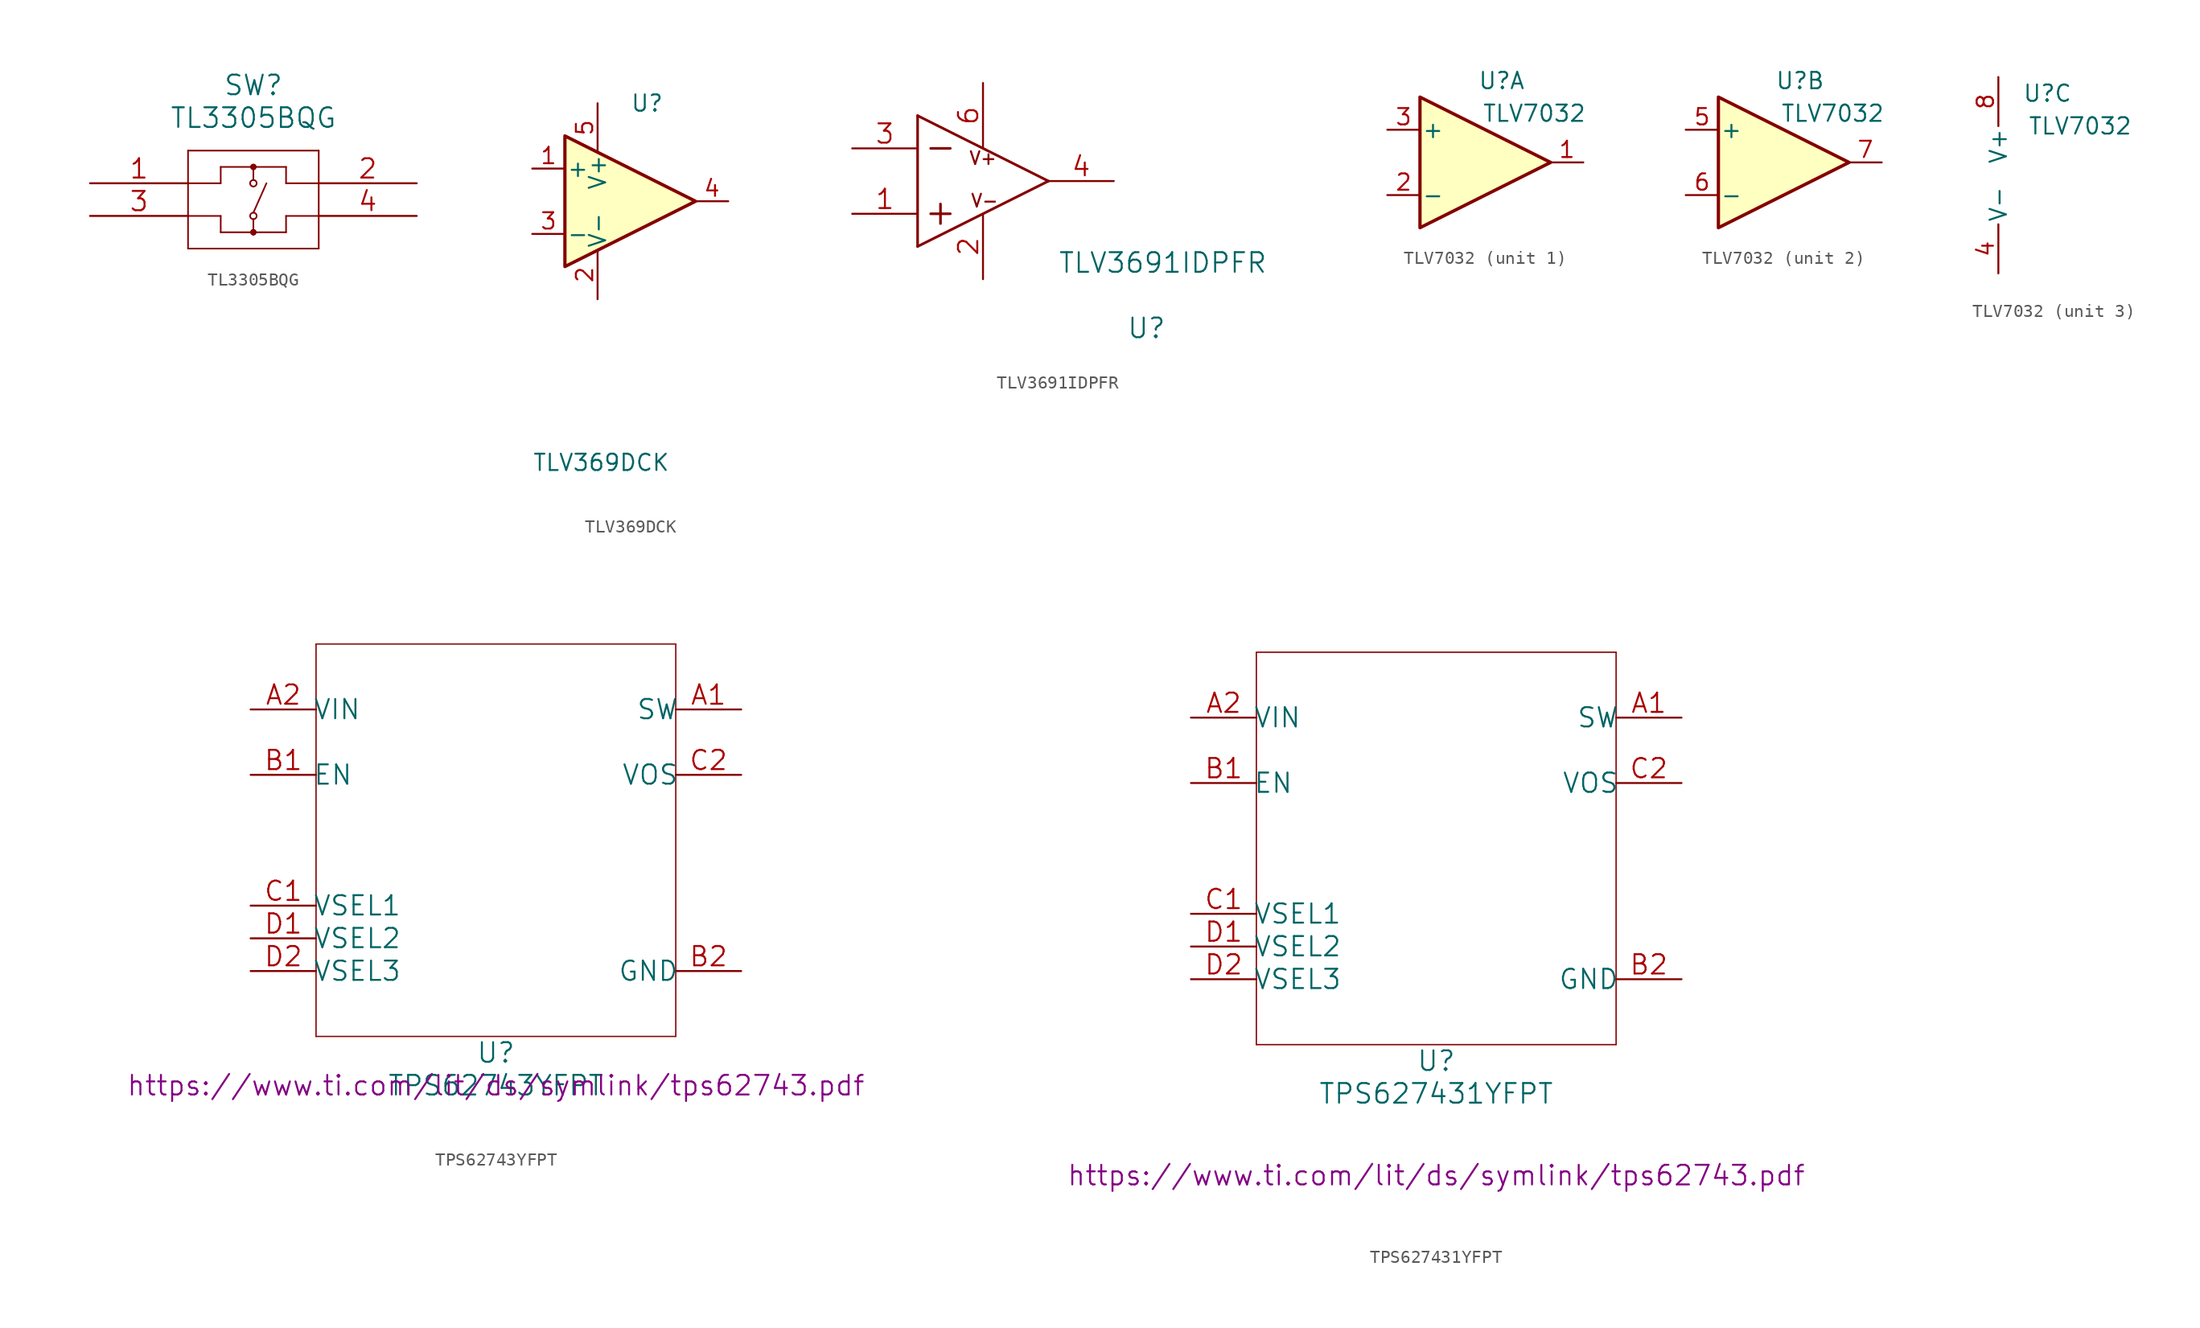
<source format=kicad_sym>
(kicad_symbol_lib
  (version 20211014)
  (generator kicad_symbol_editor)
  (symbol "TL3305BQG"
    (pin_names
      (offset 0.254) hide)
    (property "Reference" "SW"
      (at 12.7 7.62 0)
      (effects (font (size 1.524 1.524))))
    (property "Value" "TL3305BQG"
      (at 12.7 5.08 0)
      (effects (font (size 1.524 1.524))))
    (property "Datasheet" ""
      (at 0 0 0)
      (effects (font (size 1.524 1.524))))
    (property "ki_locked" ""
      (at 0 0 0)
      (effects (font (size 1.27 1.27))))
    (symbol "TL3305BQG_1_1"
      (polyline (pts (xy 7.62 -5.08) (xy 17.78 -5.08)) (stroke (width 0.127) (type default) (color 0 0 0 0)) (fill (type none)))
      (polyline (pts (xy 7.62 0) (xy 10.16 0)) (stroke (width 0.127) (type default) (color 0 0 0 0)) (fill (type none)))
      (polyline (pts (xy 7.62 2.54) (xy 7.62 -5.08)) (stroke (width 0.127) (type default) (color 0 0 0 0)) (fill (type none)))
      (polyline (pts (xy 10.16 -3.81) (xy 10.16 -2.54)) (stroke (width 0.127) (type default) (color 0 0 0 0)) (fill (type none)))
      (polyline (pts (xy 10.16 -2.54) (xy 7.62 -2.54)) (stroke (width 0.127) (type default) (color 0 0 0 0)) (fill (type none)))
      (polyline (pts (xy 10.16 0) (xy 10.16 1.27)) (stroke (width 0.127) (type default) (color 0 0 0 0)) (fill (type none)))
      (polyline (pts (xy 10.16 1.27) (xy 15.24 1.27)) (stroke (width 0.127) (type default) (color 0 0 0 0)) (fill (type none)))
      (polyline (pts (xy 12.7 -2.794) (xy 12.7 -3.81)) (stroke (width 0.127) (type default) (color 0 0 0 0)) (fill (type none)))
      (polyline (pts (xy 12.7 1.27) (xy 12.7 0.254)) (stroke (width 0.127) (type default) (color 0 0 0 0)) (fill (type none)))
      (polyline (pts (xy 13.716 0) (xy 12.7 -2.286)) (stroke (width 0.127) (type default) (color 0 0 0 0)) (fill (type none)))
      (polyline (pts (xy 15.24 -3.81) (xy 10.16 -3.81)) (stroke (width 0.127) (type default) (color 0 0 0 0)) (fill (type none)))
      (polyline (pts (xy 15.24 -2.54) (xy 15.24 -3.81)) (stroke (width 0.127) (type default) (color 0 0 0 0)) (fill (type none)))
      (polyline (pts (xy 15.24 0) (xy 17.78 0)) (stroke (width 0.127) (type default) (color 0 0 0 0)) (fill (type none)))
      (polyline (pts (xy 15.24 1.27) (xy 15.24 0)) (stroke (width 0.127) (type default) (color 0 0 0 0)) (fill (type none)))
      (polyline (pts (xy 17.78 -5.08) (xy 17.78 2.54)) (stroke (width 0.127) (type default) (color 0 0 0 0)) (fill (type none)))
      (polyline (pts (xy 17.78 -2.54) (xy 15.24 -2.54)) (stroke (width 0.127) (type default) (color 0 0 0 0)) (fill (type none)))
      (polyline (pts (xy 17.78 2.54) (xy 7.62 2.54)) (stroke (width 0.127) (type default) (color 0 0 0 0)) (fill (type none)))
      (arc (start 12.7 -3.937) (mid 12.7 -3.683) (end 12.7 -3.937) (stroke (width 0.254) (type default) (color 0 0 0 0)) (fill (type none)))
      (circle (center 12.7 -3.81) (radius 0.127) (stroke (width 0.254) (type default) (color 0 0 0 0)) (fill (type none)))
      (arc (start 12.7 -2.794) (mid 12.7 -2.286) (end 12.7 -2.794) (stroke (width 0.127) (type default) (color 0 0 0 0)) (fill (type none)))
      (circle (center 12.7 -2.54) (radius 0.254) (stroke (width 0.127) (type default) (color 0 0 0 0)) (fill (type none)))
      (arc (start 12.7 -0.254) (mid 12.7 0.254) (end 12.7 -0.254) (stroke (width 0.127) (type default) (color 0 0 0 0)) (fill (type none)))
      (circle (center 12.7 0) (radius 0.254) (stroke (width 0.127) (type default) (color 0 0 0 0)) (fill (type none)))
      (arc (start 12.7 1.143) (mid 12.7 1.397) (end 12.7 1.143) (stroke (width 0.254) (type default) (color 0 0 0 0)) (fill (type none)))
      (circle (center 12.7 1.27) (radius 0.127) (stroke (width 0.254) (type default) (color 0 0 0 0)) (fill (type none)))
      (pin unspecified line (at 0 0 0) (length 7.62) (name "1" (effects (font (size 1.499 1.499)))) (number "1" (effects (font (size 1.499 1.499)))))
      (pin unspecified line (at 25.4 0 180) (length 7.62) (name "2" (effects (font (size 1.499 1.499)))) (number "2" (effects (font (size 1.499 1.499)))))
      (pin unspecified line (at 0 -2.54 0) (length 7.62) (name "3" (effects (font (size 1.499 1.499)))) (number "3" (effects (font (size 1.499 1.499)))))
      (pin unspecified line (at 25.4 -2.54 180) (length 7.62) (name "4" (effects (font (size 1.499 1.499)))) (number "4" (effects (font (size 1.499 1.499)))))))
  (symbol "TLV369DCK"
    (pin_names
      (offset 0.127))
    (property "Reference" "U"
      (at 0 7.62 0)
      (effects (font (size 1.27 1.27)) (justify left)))
    (property "Value" "TLV369DCK"
      (at -7.62 -20.32 0)
      (effects (font (size 1.27 1.27)) (justify left)))
    (symbol "TLV369DCK_0_1"
      (polyline (pts (xy -5.08 5.08) (xy 5.08 0) (xy -5.08 -5.08) (xy -5.08 5.08)) (stroke (width 0.254) (type default) (color 0 0 0 0)) (fill (type background))))
    (symbol "TLV369DCK_1_1"
      (pin input line (at -7.62 2.54 0) (length 2.54) (name "+" (effects (font (size 1.27 1.27)))) (number "1" (effects (font (size 1.27 1.27)))))
      (pin power_in line (at -2.54 -7.62 90) (length 3.81) (name "V-" (effects (font (size 1.27 1.27)))) (number "2" (effects (font (size 1.27 1.27)))))
      (pin input line (at -7.62 -2.54 0) (length 2.54) (name "-" (effects (font (size 1.27 1.27)))) (number "3" (effects (font (size 1.27 1.27)))))
      (pin output line (at 7.62 0 180) (length 2.54) (name "~" (effects (font (size 1.27 1.27)))) (number "4" (effects (font (size 1.27 1.27)))))
      (pin power_in line (at -2.54 7.62 270) (length 3.81) (name "V+" (effects (font (size 1.27 1.27)))) (number "5" (effects (font (size 1.27 1.27)))))))
  (symbol "TLV3691IDPFR"
    (pin_names
      (offset 0) hide)
    (property "Reference" "U"
      (at 12.7 -11.43 0)
      (effects (font (size 1.524 1.524))))
    (property "Value" "TLV3691IDPFR"
      (at 13.97 -6.35 0)
      (effects (font (size 1.524 1.524))))
    (symbol "TLV3691IDPFR_0_0"
      (text "V+" (at 0 1.778 0) (effects (font (size 0.991 0.991))))
      (text "V-" (at 0.127 -1.524 0) (effects (font (size 0.991 0.991)))))
    (symbol "TLV3691IDPFR_1_1"
      (polyline (pts (xy -5.08 -5.08) (xy 5.08 0)) (stroke (width 0.203) (type default) (color 0 0 0 0)) (fill (type none)))
      (polyline (pts (xy -5.08 5.08) (xy -5.08 -5.08)) (stroke (width 0.203) (type default) (color 0 0 0 0)) (fill (type none)))
      (polyline (pts (xy -5.08 5.08) (xy 5.08 0)) (stroke (width 0.203) (type default) (color 0 0 0 0)) (fill (type none)))
      (polyline (pts (xy -4.064 -2.54) (xy -2.54 -2.54)) (stroke (width 0.203) (type default) (color 0 0 0 0)) (fill (type none)))
      (polyline (pts (xy -4.064 2.54) (xy -2.54 2.54)) (stroke (width 0.203) (type default) (color 0 0 0 0)) (fill (type none)))
      (polyline (pts (xy -3.302 -1.778) (xy -3.302 -3.302)) (stroke (width 0.203) (type default) (color 0 0 0 0)) (fill (type none)))
      (pin input line (at -10.16 -2.54 0) (length 5.08) (name "IN+" (effects (font (size 1.499 1.499)))) (number "1" (effects (font (size 1.499 1.499)))))
      (pin power_in line (at 0 -7.62 90) (length 5.08) (name "GND" (effects (font (size 1.499 1.499)))) (number "2" (effects (font (size 1.499 1.499)))))
      (pin input line (at -10.16 2.54 0) (length 5.08) (name "IN-" (effects (font (size 1.499 1.499)))) (number "3" (effects (font (size 1.499 1.499)))))
      (pin output line (at 10.16 0 180) (length 5.08) (name "OUT" (effects (font (size 1.499 1.499)))) (number "4" (effects (font (size 1.499 1.499)))))
      (pin no_connect line (at -2.54 0 180) (length 2.54) hide (name "NC" (effects (font (size 1.499 1.499)))) (number "5" (effects (font (size 1.499 1.499)))))
      (pin power_in line (at 0 7.62 270) (length 5.08) (name "VCC" (effects (font (size 1.499 1.499)))) (number "6" (effects (font (size 1.499 1.499)))))))
  (symbol "TLV7032"
    (pin_names
      (offset 0.127))
    (property "Reference" "U"
      (at 1.27 6.35 0)
      (effects (font (size 1.27 1.27))))
    (property "Value" "TLV7032"
      (at 3.81 3.81 0)
      (effects (font (size 1.27 1.27))))
    (property "ki_locked" ""
      (at 0 0 0)
      (effects (font (size 1.27 1.27))))
    (symbol "TLV7032_1_1"
      (polyline (pts (xy -5.08 5.08) (xy 5.08 0) (xy -5.08 -5.08) (xy -5.08 5.08)) (stroke (width 0.254) (type default) (color 0 0 0 0)) (fill (type background)))
      (pin output line (at 7.62 0 180) (length 2.54) (name "~" (effects (font (size 1.27 1.27)))) (number "1" (effects (font (size 1.27 1.27)))))
      (pin input line (at -7.62 -2.54 0) (length 2.54) (name "-" (effects (font (size 1.27 1.27)))) (number "2" (effects (font (size 1.27 1.27)))))
      (pin input line (at -7.62 2.54 0) (length 2.54) (name "+" (effects (font (size 1.27 1.27)))) (number "3" (effects (font (size 1.27 1.27))))))
    (symbol "TLV7032_2_1"
      (polyline (pts (xy -5.08 2.54) (xy -5.08 5.08) (xy 5.08 0) (xy -5.08 -5.08) (xy -5.08 2.54)) (stroke (width 0.254) (type default) (color 0 0 0 0)) (fill (type background)))
      (pin input line (at -7.62 2.54 0) (length 2.54) (name "+" (effects (font (size 1.27 1.27)))) (number "5" (effects (font (size 1.27 1.27)))))
      (pin input line (at -7.62 -2.54 0) (length 2.54) (name "-" (effects (font (size 1.27 1.27)))) (number "6" (effects (font (size 1.27 1.27)))))
      (pin output line (at 7.62 0 180) (length 2.54) (name "~" (effects (font (size 1.27 1.27)))) (number "7" (effects (font (size 1.27 1.27))))))
    (symbol "TLV7032_3_1"
      (pin power_in line (at -2.54 -7.62 90) (length 3.81) (name "V-" (effects (font (size 1.27 1.27)))) (number "4" (effects (font (size 1.27 1.27)))))
      (pin power_in line (at -2.54 7.62 270) (length 3.81) (name "V+" (effects (font (size 1.27 1.27)))) (number "8" (effects (font (size 1.27 1.27)))))
      (pin passive line (at -2.54 -7.62 90) (length 3.81) hide (name "THM" (effects (font (size 1.27 1.27)))) (number "9" (effects (font (size 1.27 1.27)))))))
  (symbol "TPS62743YFPT"
    (pin_names
      (offset -0.254))
    (property "Reference" "U"
      (at 1.27 -16.51 0)
      (effects (font (size 1.524 1.524))))
    (property "Value" "TPS62743YFPT"
      (at 1.27 -19.05 0)
      (effects (font (size 1.524 1.524))))
    (property "Datasheet" "https://www.ti.com/lit/ds/symlink/tps62743.pdf"
      (at 1.27 -19.05 0)
      (effects (font (size 1.524 1.524))))
    (symbol "TPS62743YFPT_1_1"
      (polyline (pts (xy -12.7 -15.24) (xy 15.24 -15.24)) (stroke (width 0.102) (type default) (color 0 0 0 0)) (fill (type none)))
      (polyline (pts (xy -12.7 15.24) (xy -12.7 -15.24)) (stroke (width 0.102) (type default) (color 0 0 0 0)) (fill (type none)))
      (polyline (pts (xy 15.24 -15.24) (xy 15.24 15.24)) (stroke (width 0.102) (type default) (color 0 0 0 0)) (fill (type none)))
      (polyline (pts (xy 15.24 15.24) (xy -12.7 15.24)) (stroke (width 0.102) (type default) (color 0 0 0 0)) (fill (type none)))
      (pin power_in line (at 20.32 10.16 180) (length 5.08) (name "SW" (effects (font (size 1.499 1.499)))) (number "A1" (effects (font (size 1.499 1.499)))))
      (pin power_in line (at -17.78 10.16 0) (length 5.08) (name "VIN" (effects (font (size 1.499 1.499)))) (number "A2" (effects (font (size 1.499 1.499)))))
      (pin input line (at -17.78 5.08 0) (length 5.08) (name "EN" (effects (font (size 1.499 1.499)))) (number "B1" (effects (font (size 1.499 1.499)))))
      (pin power_in line (at 20.32 -10.16 180) (length 5.08) (name "GND" (effects (font (size 1.499 1.499)))) (number "B2" (effects (font (size 1.499 1.499)))))
      (pin input line (at -17.78 -5.08 0) (length 5.08) (name "VSEL1" (effects (font (size 1.499 1.499)))) (number "C1" (effects (font (size 1.499 1.499)))))
      (pin input line (at 20.32 5.08 180) (length 5.08) (name "VOS" (effects (font (size 1.499 1.499)))) (number "C2" (effects (font (size 1.499 1.499)))))
      (pin input line (at -17.78 -7.62 0) (length 5.08) (name "VSEL2" (effects (font (size 1.499 1.499)))) (number "D1" (effects (font (size 1.499 1.499)))))
      (pin input line (at -17.78 -10.16 0) (length 5.08) (name "VSEL3" (effects (font (size 1.499 1.499)))) (number "D2" (effects (font (size 1.499 1.499)))))))
  (symbol "TPS627431YFPT"
    (pin_names
      (offset -0.254))
    (property "Reference" "U"
      (at 0 -16.51 0)
      (effects (font (size 1.524 1.524))))
    (property "Value" "TPS627431YFPT"
      (at 0 -19.05 0)
      (effects (font (size 1.524 1.524))))
    (property "Datasheet" "https://www.ti.com/lit/ds/symlink/tps62743.pdf"
      (at 0 -25.4 0)
      (effects (font (size 1.524 1.524))))
    (symbol "TPS627431YFPT_1_1"
      (polyline (pts (xy -13.97 -15.24) (xy 13.97 -15.24)) (stroke (width 0.102) (type default) (color 0 0 0 0)) (fill (type none)))
      (polyline (pts (xy -13.97 15.24) (xy -13.97 -15.24)) (stroke (width 0.102) (type default) (color 0 0 0 0)) (fill (type none)))
      (polyline (pts (xy 13.97 -15.24) (xy 13.97 15.24)) (stroke (width 0.102) (type default) (color 0 0 0 0)) (fill (type none)))
      (polyline (pts (xy 13.97 15.24) (xy -13.97 15.24)) (stroke (width 0.102) (type default) (color 0 0 0 0)) (fill (type none)))
      (pin power_out line (at 19.05 10.16 180) (length 5.08) (name "SW" (effects (font (size 1.499 1.499)))) (number "A1" (effects (font (size 1.499 1.499)))))
      (pin power_in line (at -19.05 10.16 0) (length 5.08) (name "VIN" (effects (font (size 1.499 1.499)))) (number "A2" (effects (font (size 1.499 1.499)))))
      (pin input line (at -19.05 5.08 0) (length 5.08) (name "EN" (effects (font (size 1.499 1.499)))) (number "B1" (effects (font (size 1.499 1.499)))))
      (pin power_in line (at 19.05 -10.16 180) (length 5.08) (name "GND" (effects (font (size 1.499 1.499)))) (number "B2" (effects (font (size 1.499 1.499)))))
      (pin input line (at -19.05 -5.08 0) (length 5.08) (name "VSEL1" (effects (font (size 1.499 1.499)))) (number "C1" (effects (font (size 1.499 1.499)))))
      (pin input line (at 19.05 5.08 180) (length 5.08) (name "VOS" (effects (font (size 1.499 1.499)))) (number "C2" (effects (font (size 1.499 1.499)))))
      (pin input line (at -19.05 -7.62 0) (length 5.08) (name "VSEL2" (effects (font (size 1.499 1.499)))) (number "D1" (effects (font (size 1.499 1.499)))))
      (pin input line (at -19.05 -10.16 0) (length 5.08) (name "VSEL3" (effects (font (size 1.499 1.499)))) (number "D2" (effects (font (size 1.499 1.499))))))))
</source>
